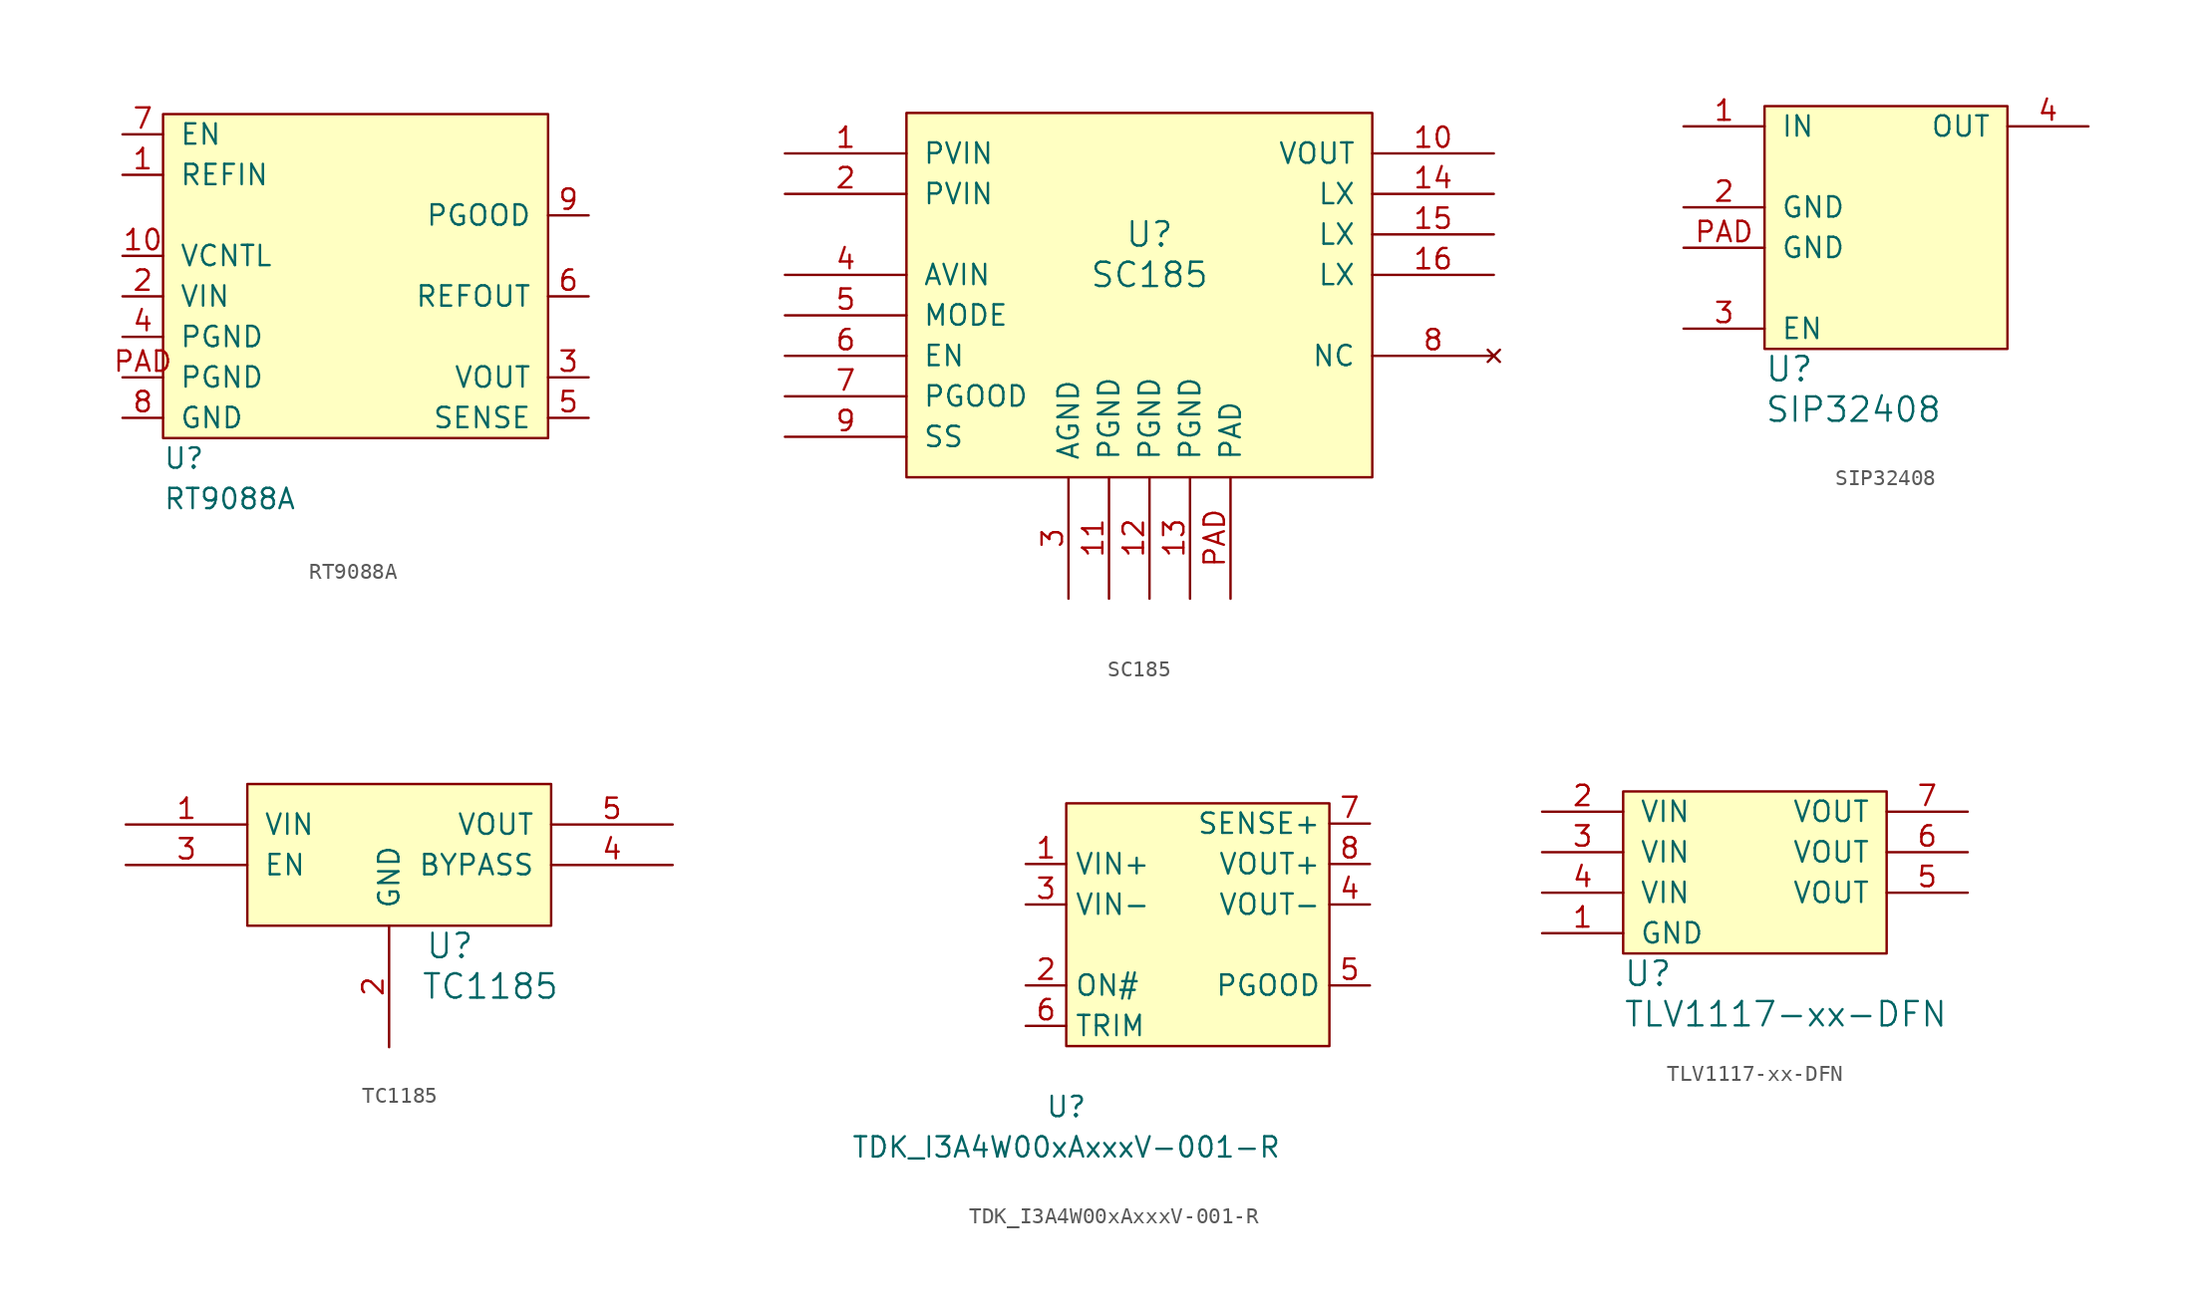
<source format=kicad_sym>
(kicad_symbol_lib
  (version 20231120)
  (generator "kicad_symbol_editor")
  (generator_version "8.0")
  (symbol "RT9088A"
    (pin_names
      (offset 1.016))
    (property "Reference" "U"
      (at 0 -1.27 0)
      (effects (font (size 1.27 1.27)) (justify left)))
    (property "Value" "RT9088A"
      (at 0 -3.81 0)
      (effects (font (size 1.27 1.27)) (justify left)))
    (symbol "RT9088A_0_1"
      (rectangle (start 0 20.32) (end 24.13 0) (stroke (width 0) (type default)) (fill (type background))))
    (symbol "RT9088A_1_1"
      (pin input line (at -2.54 16.51 0) (length 2.54) (name "REFIN" (effects (font (size 1.27 1.27)))) (number "1" (effects (font (size 1.27 1.27)))))
      (pin power_in line (at -2.54 11.43 0) (length 2.54) (name "VCNTL" (effects (font (size 1.27 1.27)))) (number "10" (effects (font (size 1.27 1.27)))))
      (pin power_in line (at -2.54 8.89 0) (length 2.54) (name "VIN" (effects (font (size 1.27 1.27)))) (number "2" (effects (font (size 1.27 1.27)))))
      (pin power_out line (at 26.67 3.81 180) (length 2.54) (name "VOUT" (effects (font (size 1.27 1.27)))) (number "3" (effects (font (size 1.27 1.27)))))
      (pin power_in line (at -2.54 6.35 0) (length 2.54) (name "PGND" (effects (font (size 1.27 1.27)))) (number "4" (effects (font (size 1.27 1.27)))))
      (pin power_in line (at 26.67 1.27 180) (length 2.54) (name "SENSE" (effects (font (size 1.27 1.27)))) (number "5" (effects (font (size 1.27 1.27)))))
      (pin output line (at 26.67 8.89 180) (length 2.54) (name "REFOUT" (effects (font (size 1.27 1.27)))) (number "6" (effects (font (size 1.27 1.27)))))
      (pin input line (at -2.54 19.05 0) (length 2.54) (name "EN" (effects (font (size 1.27 1.27)))) (number "7" (effects (font (size 1.27 1.27)))))
      (pin power_in line (at -2.54 1.27 0) (length 2.54) (name "GND" (effects (font (size 1.27 1.27)))) (number "8" (effects (font (size 1.27 1.27)))))
      (pin open_collector line (at 26.67 13.97 180) (length 2.54) (name "PGOOD" (effects (font (size 1.27 1.27)))) (number "9" (effects (font (size 1.27 1.27)))))
      (pin power_in line (at -2.54 3.81 0) (length 2.54) (name "PGND" (effects (font (size 1.27 1.27)))) (number "PAD" (effects (font (size 1.27 1.27)))))))
  (symbol "SC185"
    (pin_names
      (offset 1.016))
    (property "Reference" "U"
      (at 0 15.24 0)
      (effects (font (size 1.524 1.524))))
    (property "Value" "SC185"
      (at 0 12.7 0)
      (effects (font (size 1.524 1.524))))
    (property "Footprint" ""
      (at 0 0 0)
      (effects (font (size 1.524 1.524))))
    (property "Datasheet" ""
      (at 0 0 0)
      (effects (font (size 1.524 1.524))))
    (symbol "SC185_0_1"
      (rectangle (start -15.24 22.86) (end 13.97 0) (stroke (width 0) (type default)) (fill (type background))))
    (symbol "SC185_1_1"
      (pin power_in line (at -22.86 20.32 0) (length 7.62) (name "PVIN" (effects (font (size 1.27 1.27)))) (number "1" (effects (font (size 1.27 1.27)))))
      (pin input line (at 21.59 20.32 180) (length 7.62) (name "VOUT" (effects (font (size 1.27 1.27)))) (number "10" (effects (font (size 1.27 1.27)))))
      (pin power_in line (at -2.54 -7.62 90) (length 7.62) (name "PGND" (effects (font (size 1.27 1.27)))) (number "11" (effects (font (size 1.27 1.27)))))
      (pin power_in line (at 0 -7.62 90) (length 7.62) (name "PGND" (effects (font (size 1.27 1.27)))) (number "12" (effects (font (size 1.27 1.27)))))
      (pin power_in line (at 2.54 -7.62 90) (length 7.62) (name "PGND" (effects (font (size 1.27 1.27)))) (number "13" (effects (font (size 1.27 1.27)))))
      (pin power_out line (at 21.59 17.78 180) (length 7.62) (name "LX" (effects (font (size 1.27 1.27)))) (number "14" (effects (font (size 1.27 1.27)))))
      (pin power_in line (at 21.59 15.24 180) (length 7.62) (name "LX" (effects (font (size 1.27 1.27)))) (number "15" (effects (font (size 1.27 1.27)))))
      (pin power_in line (at 21.59 12.7 180) (length 7.62) (name "LX" (effects (font (size 1.27 1.27)))) (number "16" (effects (font (size 1.27 1.27)))))
      (pin power_in line (at -22.86 17.78 0) (length 7.62) (name "PVIN" (effects (font (size 1.27 1.27)))) (number "2" (effects (font (size 1.27 1.27)))))
      (pin power_in line (at -5.08 -7.62 90) (length 7.62) (name "AGND" (effects (font (size 1.27 1.27)))) (number "3" (effects (font (size 1.27 1.27)))))
      (pin passive line (at -22.86 12.7 0) (length 7.62) (name "AVIN" (effects (font (size 1.27 1.27)))) (number "4" (effects (font (size 1.27 1.27)))))
      (pin input line (at -22.86 10.16 0) (length 7.62) (name "MODE" (effects (font (size 1.27 1.27)))) (number "5" (effects (font (size 1.27 1.27)))))
      (pin input line (at -22.86 7.62 0) (length 7.62) (name "EN" (effects (font (size 1.27 1.27)))) (number "6" (effects (font (size 1.27 1.27)))))
      (pin open_collector line (at -22.86 5.08 0) (length 7.62) (name "PGOOD" (effects (font (size 1.27 1.27)))) (number "7" (effects (font (size 1.27 1.27)))))
      (pin no_connect line (at 21.59 7.62 180) (length 7.62) (name "NC" (effects (font (size 1.27 1.27)))) (number "8" (effects (font (size 1.27 1.27)))))
      (pin output line (at -22.86 2.54 0) (length 7.62) (name "SS" (effects (font (size 1.27 1.27)))) (number "9" (effects (font (size 1.27 1.27)))))
      (pin power_in line (at 5.08 -7.62 90) (length 7.62) (name "PAD" (effects (font (size 1.27 1.27)))) (number "PAD" (effects (font (size 1.27 1.27)))))))
  (symbol "SIP32408"
    (pin_names
      (offset 1.016))
    (property "Reference" "U"
      (at 0 -1.27 0)
      (effects (font (size 1.524 1.524)) (justify left)))
    (property "Value" "SIP32408"
      (at 0 -3.81 0)
      (effects (font (size 1.524 1.524)) (justify left)))
    (property "Footprint" ""
      (at 0 0 0)
      (effects (font (size 1.524 1.524))))
    (property "Datasheet" ""
      (at 0 0 0)
      (effects (font (size 1.524 1.524))))
    (symbol "SIP32408_0_1"
      (rectangle (start 0 15.24) (end 15.24 0) (stroke (width 0) (type default)) (fill (type background))))
    (symbol "SIP32408_1_1"
      (pin power_in line (at -5.08 13.97 0) (length 5.08) (name "IN" (effects (font (size 1.27 1.27)))) (number "1" (effects (font (size 1.27 1.27)))))
      (pin power_in line (at -5.08 8.89 0) (length 5.08) (name "GND" (effects (font (size 1.27 1.27)))) (number "2" (effects (font (size 1.27 1.27)))))
      (pin input line (at -5.08 1.27 0) (length 5.08) (name "EN" (effects (font (size 1.27 1.27)))) (number "3" (effects (font (size 1.27 1.27)))))
      (pin power_out line (at 20.32 13.97 180) (length 5.08) (name "OUT" (effects (font (size 1.27 1.27)))) (number "4" (effects (font (size 1.27 1.27)))))
      (pin power_in line (at -5.08 6.35 0) (length 5.08) (name "GND" (effects (font (size 1.27 1.27)))) (number "PAD" (effects (font (size 1.27 1.27)))))))
  (symbol "TC1185"
    (pin_names
      (offset 1.016))
    (property "Reference" "U"
      (at 3.81 -1.27 0)
      (effects (font (size 1.524 1.524))))
    (property "Value" "TC1185"
      (at 6.35 -3.81 0)
      (effects (font (size 1.524 1.524))))
    (property "Footprint" ""
      (at 0 0 0)
      (effects (font (size 1.524 1.524))))
    (property "Datasheet" ""
      (at 0 0 0)
      (effects (font (size 1.524 1.524))))
    (symbol "TC1185_0_1"
      (rectangle (start -8.89 8.89) (end 10.16 0) (stroke (width 0) (type default)) (fill (type background))))
    (symbol "TC1185_1_1"
      (pin power_in line (at -16.51 6.35 0) (length 7.62) (name "VIN" (effects (font (size 1.27 1.27)))) (number "1" (effects (font (size 1.27 1.27)))))
      (pin power_in line (at 0 -7.62 90) (length 7.62) (name "GND" (effects (font (size 1.27 1.27)))) (number "2" (effects (font (size 1.27 1.27)))))
      (pin input line (at -16.51 3.81 0) (length 7.62) (name "EN" (effects (font (size 1.27 1.27)))) (number "3" (effects (font (size 1.27 1.27)))))
      (pin passive line (at 17.78 3.81 180) (length 7.62) (name "BYPASS" (effects (font (size 1.27 1.27)))) (number "4" (effects (font (size 1.27 1.27)))))
      (pin power_out line (at 17.78 6.35 180) (length 7.62) (name "VOUT" (effects (font (size 1.27 1.27)))) (number "5" (effects (font (size 1.27 1.27)))))))
  (symbol "TDK_I3A4W00xAxxxV-001-R"
    (property "Reference" "U"
      (at 0 -3.81 0)
      (effects (font (size 1.27 1.27))))
    (property "Value" "TDK_I3A4W00xAxxxV-001-R"
      (at 0 -6.35 0)
      (effects (font (size 1.27 1.27))))
    (symbol "TDK_I3A4W00xAxxxV-001-R_0_1"
      (rectangle (start 0 15.24) (end 16.51 0) (stroke (width 0.152) (type default)) (fill (type background))))
    (symbol "TDK_I3A4W00xAxxxV-001-R_1_1"
      (pin power_in line (at -2.54 11.43 0) (length 2.54) (name "VIN+" (effects (font (size 1.27 1.27)))) (number "1" (effects (font (size 1.27 1.27)))))
      (pin input line (at -2.54 3.81 0) (length 2.54) (name "ON#" (effects (font (size 1.27 1.27)))) (number "2" (effects (font (size 1.27 1.27)))))
      (pin power_in line (at -2.54 8.89 0) (length 2.54) (name "VIN-" (effects (font (size 1.27 1.27)))) (number "3" (effects (font (size 1.27 1.27)))))
      (pin power_in line (at 19.05 8.89 180) (length 2.54) (name "VOUT-" (effects (font (size 1.27 1.27)))) (number "4" (effects (font (size 1.27 1.27)))))
      (pin open_collector line (at 19.05 3.81 180) (length 2.54) (name "PGOOD" (effects (font (size 1.27 1.27)))) (number "5" (effects (font (size 1.27 1.27)))))
      (pin input line (at -2.54 1.27 0) (length 2.54) (name "TRIM" (effects (font (size 1.27 1.27)))) (number "6" (effects (font (size 1.27 1.27)))))
      (pin input line (at 19.05 13.97 180) (length 2.54) (name "SENSE+" (effects (font (size 1.27 1.27)))) (number "7" (effects (font (size 1.27 1.27)))))
      (pin power_out line (at 19.05 11.43 180) (length 2.54) (name "VOUT+" (effects (font (size 1.27 1.27)))) (number "8" (effects (font (size 1.27 1.27)))))))
  (symbol "TLV1117-xx-DFN"
    (pin_names
      (offset 1.016))
    (property "Reference" "U"
      (at 0 -1.27 0)
      (effects (font (size 1.524 1.524)) (justify left)))
    (property "Value" "TLV1117-xx-DFN"
      (at 0 -3.81 0)
      (effects (font (size 1.524 1.524)) (justify left)))
    (property "Footprint" ""
      (at 0 0 0)
      (effects (font (size 1.524 1.524))))
    (property "Datasheet" ""
      (at 0 0 0)
      (effects (font (size 1.524 1.524))))
    (symbol "TLV1117-xx-DFN_0_1"
      (rectangle (start 0 10.16) (end 16.51 0) (stroke (width 0) (type default)) (fill (type background))))
    (symbol "TLV1117-xx-DFN_1_1"
      (pin power_in line (at -5.08 1.27 0) (length 5.08) (name "GND" (effects (font (size 1.27 1.27)))) (number "1" (effects (font (size 1.27 1.27)))))
      (pin power_in line (at -5.08 8.89 0) (length 5.08) (name "VIN" (effects (font (size 1.27 1.27)))) (number "2" (effects (font (size 1.27 1.27)))))
      (pin power_in line (at -5.08 6.35 0) (length 5.08) (name "VIN" (effects (font (size 1.27 1.27)))) (number "3" (effects (font (size 1.27 1.27)))))
      (pin power_in line (at -5.08 3.81 0) (length 5.08) (name "VIN" (effects (font (size 1.27 1.27)))) (number "4" (effects (font (size 1.27 1.27)))))
      (pin power_in line (at 21.59 3.81 180) (length 5.08) (name "VOUT" (effects (font (size 1.27 1.27)))) (number "5" (effects (font (size 1.27 1.27)))))
      (pin power_in line (at 21.59 6.35 180) (length 5.08) (name "VOUT" (effects (font (size 1.27 1.27)))) (number "6" (effects (font (size 1.27 1.27)))))
      (pin power_out line (at 21.59 8.89 180) (length 5.08) (name "VOUT" (effects (font (size 1.27 1.27)))) (number "7" (effects (font (size 1.27 1.27))))))))
</source>
